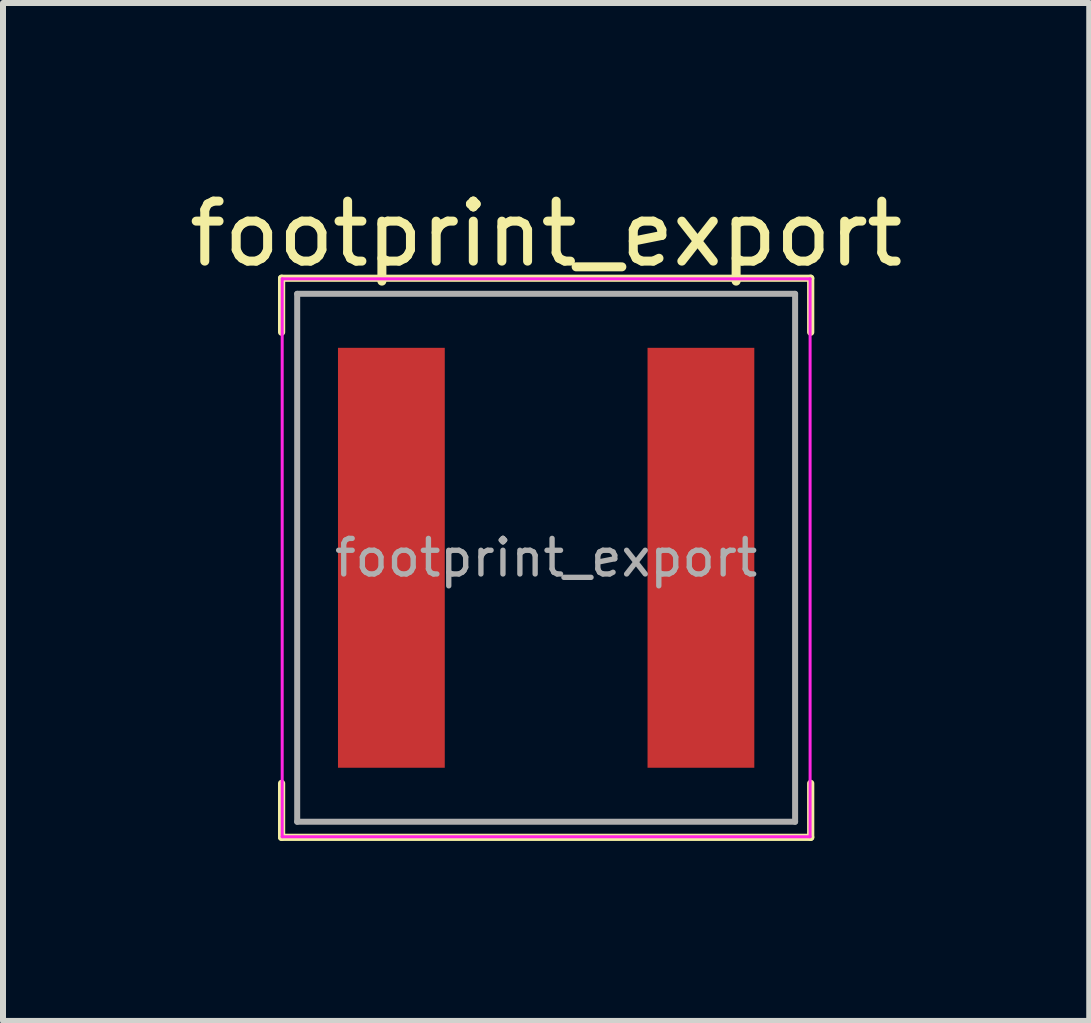
<source format=kicad_pcb>
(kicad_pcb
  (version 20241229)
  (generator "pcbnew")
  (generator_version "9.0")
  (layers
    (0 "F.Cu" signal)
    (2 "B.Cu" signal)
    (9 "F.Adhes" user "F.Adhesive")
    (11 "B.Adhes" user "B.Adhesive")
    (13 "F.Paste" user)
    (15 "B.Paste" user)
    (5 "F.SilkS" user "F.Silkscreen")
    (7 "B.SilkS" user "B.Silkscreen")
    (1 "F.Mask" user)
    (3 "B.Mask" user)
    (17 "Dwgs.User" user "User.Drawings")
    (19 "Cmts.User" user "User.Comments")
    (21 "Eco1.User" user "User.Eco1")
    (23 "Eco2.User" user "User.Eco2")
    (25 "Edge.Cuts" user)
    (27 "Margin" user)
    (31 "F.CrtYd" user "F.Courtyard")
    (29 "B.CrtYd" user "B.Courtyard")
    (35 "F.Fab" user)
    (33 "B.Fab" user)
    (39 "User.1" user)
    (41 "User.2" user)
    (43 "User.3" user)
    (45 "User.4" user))
  (footprint "footprint_export"
    (layer "F.Cu")
    (at 6.054 6.248)
    (property "Reference" "footprint_export" (at 0 -5.4 0) (layer "F.SilkS") (effects (font (size 1 1) (thickness 0.15))))
    (attr smd)
    (fp_line (start -4.41 -4.66) (end -4.41 -3.76) (stroke (width 0.12) (type solid)) (layer "F.SilkS"))
    (fp_line (start -4.41 -4.66) (end 4.41 -4.66) (stroke (width 0.12) (type solid)) (layer "F.SilkS"))
    (fp_line (start -4.41 4.66) (end -4.41 3.76) (stroke (width 0.12) (type solid)) (layer "F.SilkS"))
    (fp_line (start -4.41 4.66) (end 4.41 4.66) (stroke (width 0.12) (type solid)) (layer "F.SilkS"))
    (fp_line (start 4.41 -4.66) (end 4.41 -3.76) (stroke (width 0.12) (type solid)) (layer "F.SilkS"))
    (fp_line (start 4.41 4.66) (end 4.41 3.76) (stroke (width 0.12) (type solid)) (layer "F.SilkS"))
    (fp_line (start -4.4 -4.65) (end -4.4 4.65) (stroke (width 0.05) (type solid)) (layer "F.CrtYd"))
    (fp_line (start -4.4 4.65) (end 4.4 4.65) (stroke (width 0.05) (type solid)) (layer "F.CrtYd"))
    (fp_line (start 4.4 -4.65) (end -4.4 -4.65) (stroke (width 0.05) (type solid)) (layer "F.CrtYd"))
    (fp_line (start 4.4 4.65) (end 4.4 -4.65) (stroke (width 0.05) (type solid)) (layer "F.CrtYd"))
    (fp_line (start -4.15 -4.4) (end -4.15 4.4) (stroke (width 0.1) (type solid)) (layer "F.Fab"))
    (fp_line (start -4.15 4.4) (end 4.15 4.4) (stroke (width 0.1) (type solid)) (layer "F.Fab"))
    (fp_line (start 4.15 -4.4) (end -4.15 -4.4) (stroke (width 0.1) (type solid)) (layer "F.Fab"))
    (fp_line (start 4.15 4.4) (end 4.15 -4.4) (stroke (width 0.1) (type solid)) (layer "F.Fab"))
    (fp_text user "${REFERENCE}" (at 0 0 0) (layer "F.Fab") (effects (font (size 0.593 0.593) (thickness 0.089))))
    (pad "1" smd rect (at -2.58 0) (size 1.78 7) (layers "F.Cu" "F.Mask" "F.Paste"))
    (pad "2" smd rect (at 2.58 0) (size 1.78 7) (layers "F.Cu" "F.Mask" "F.Paste")))
  (gr_rect
    (start -3 -3)
    (end 15.107 13.968)
    (stroke (width 0.1) (type default))
    (fill no)
    (layer "Edge.Cuts")))
</source>
